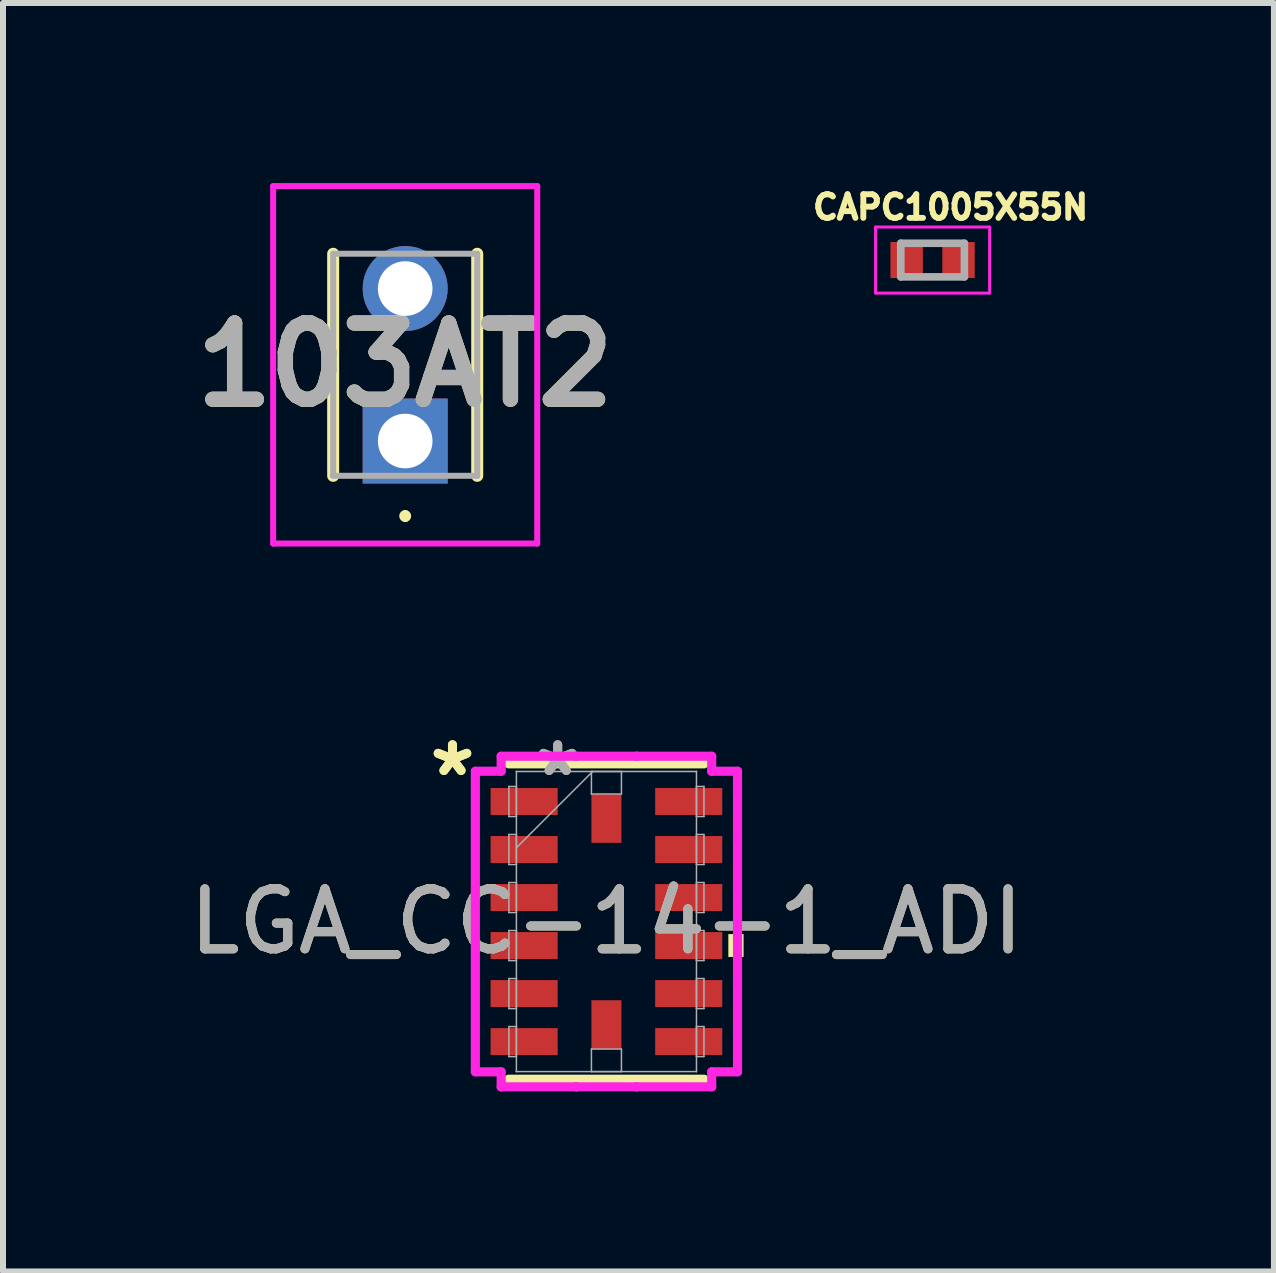
<source format=kicad_pcb>
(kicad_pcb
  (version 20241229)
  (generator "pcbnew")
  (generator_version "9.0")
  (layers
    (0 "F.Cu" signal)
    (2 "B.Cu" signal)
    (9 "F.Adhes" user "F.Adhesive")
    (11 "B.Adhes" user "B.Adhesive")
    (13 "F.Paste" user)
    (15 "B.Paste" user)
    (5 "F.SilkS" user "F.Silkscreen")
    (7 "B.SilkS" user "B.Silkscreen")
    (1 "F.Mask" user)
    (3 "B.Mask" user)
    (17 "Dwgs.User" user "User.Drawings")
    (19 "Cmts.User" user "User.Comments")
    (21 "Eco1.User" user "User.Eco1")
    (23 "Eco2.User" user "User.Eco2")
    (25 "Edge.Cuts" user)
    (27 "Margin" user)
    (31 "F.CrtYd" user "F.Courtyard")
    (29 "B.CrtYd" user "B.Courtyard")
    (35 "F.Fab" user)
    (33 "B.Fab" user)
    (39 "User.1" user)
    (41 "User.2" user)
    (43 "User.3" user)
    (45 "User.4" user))
  (footprint "LGA_CC-14-1_ADI"
    (layer "F.Cu")
    (at 7.054 12.304)
    (property "Reference" "LGA_CC-14-1_ADI" (at 0 0 0) (unlocked yes) (layer "F.SilkS") (effects (font (size 1 1) (thickness 0.15))))
    (attr smd)
    (fp_line (start -1.627 2.627) (end 1.627 2.627) (stroke (width 0.152) (type solid)) (layer "F.SilkS"))
    (fp_line (start 1.627 -2.627) (end -1.627 -2.627) (stroke (width 0.152) (type solid)) (layer "F.SilkS"))
    (fp_poly (pts (xy 2.285 0.209) (xy 2.285 0.59) (xy 2.031 0.59) (xy 2.031 0.209)) (stroke (width 0) (type solid)) (fill yes) (layer "F.SilkS"))
    (fp_line (start -2.184 -2.504) (end -1.754 -2.504) (stroke (width 0.152) (type solid)) (layer "F.CrtYd"))
    (fp_line (start -2.184 2.504) (end -2.184 -2.504) (stroke (width 0.152) (type solid)) (layer "F.CrtYd"))
    (fp_line (start -1.754 -2.754) (end -0.504 -2.754) (stroke (width 0.152) (type solid)) (layer "F.CrtYd"))
    (fp_line (start -1.754 -2.504) (end -1.754 -2.754) (stroke (width 0.152) (type solid)) (layer "F.CrtYd"))
    (fp_line (start -1.754 2.504) (end -2.184 2.504) (stroke (width 0.152) (type solid)) (layer "F.CrtYd"))
    (fp_line (start -1.754 2.754) (end -1.754 2.504) (stroke (width 0.152) (type solid)) (layer "F.CrtYd"))
    (fp_line (start -0.504 -2.754) (end -0.504 -2.754) (stroke (width 0.152) (type solid)) (layer "F.CrtYd"))
    (fp_line (start -0.504 -2.754) (end 0.504 -2.754) (stroke (width 0.152) (type solid)) (layer "F.CrtYd"))
    (fp_line (start -0.504 2.754) (end -1.754 2.754) (stroke (width 0.152) (type solid)) (layer "F.CrtYd"))
    (fp_line (start -0.504 2.754) (end -0.504 2.754) (stroke (width 0.152) (type solid)) (layer "F.CrtYd"))
    (fp_line (start 0.504 -2.754) (end 0.504 -2.754) (stroke (width 0.152) (type solid)) (layer "F.CrtYd"))
    (fp_line (start 0.504 -2.754) (end 1.754 -2.754) (stroke (width 0.152) (type solid)) (layer "F.CrtYd"))
    (fp_line (start 0.504 2.754) (end -0.504 2.754) (stroke (width 0.152) (type solid)) (layer "F.CrtYd"))
    (fp_line (start 0.504 2.754) (end 0.504 2.754) (stroke (width 0.152) (type solid)) (layer "F.CrtYd"))
    (fp_line (start 1.754 -2.754) (end 1.754 -2.504) (stroke (width 0.152) (type solid)) (layer "F.CrtYd"))
    (fp_line (start 1.754 -2.504) (end 2.184 -2.504) (stroke (width 0.152) (type solid)) (layer "F.CrtYd"))
    (fp_line (start 1.754 2.504) (end 1.754 2.754) (stroke (width 0.152) (type solid)) (layer "F.CrtYd"))
    (fp_line (start 1.754 2.754) (end 0.504 2.754) (stroke (width 0.152) (type solid)) (layer "F.CrtYd"))
    (fp_line (start 2.184 -2.504) (end 2.184 2.504) (stroke (width 0.152) (type solid)) (layer "F.CrtYd"))
    (fp_line (start 2.184 2.504) (end 1.754 2.504) (stroke (width 0.152) (type solid)) (layer "F.CrtYd"))
    (fp_line (start -1.625 -2.25) (end -1.625 -1.75) (stroke (width 0.025) (type solid)) (layer "F.Fab"))
    (fp_line (start -1.625 -1.75) (end -1.5 -1.75) (stroke (width 0.025) (type solid)) (layer "F.Fab"))
    (fp_line (start -1.625 -1.45) (end -1.625 -0.95) (stroke (width 0.025) (type solid)) (layer "F.Fab"))
    (fp_line (start -1.625 -0.95) (end -1.5 -0.95) (stroke (width 0.025) (type solid)) (layer "F.Fab"))
    (fp_line (start -1.625 -0.65) (end -1.625 -0.15) (stroke (width 0.025) (type solid)) (layer "F.Fab"))
    (fp_line (start -1.625 -0.15) (end -1.5 -0.15) (stroke (width 0.025) (type solid)) (layer "F.Fab"))
    (fp_line (start -1.625 0.15) (end -1.625 0.65) (stroke (width 0.025) (type solid)) (layer "F.Fab"))
    (fp_line (start -1.625 0.65) (end -1.5 0.65) (stroke (width 0.025) (type solid)) (layer "F.Fab"))
    (fp_line (start -1.625 0.95) (end -1.625 1.45) (stroke (width 0.025) (type solid)) (layer "F.Fab"))
    (fp_line (start -1.625 1.45) (end -1.5 1.45) (stroke (width 0.025) (type solid)) (layer "F.Fab"))
    (fp_line (start -1.625 1.75) (end -1.625 2.25) (stroke (width 0.025) (type solid)) (layer "F.Fab"))
    (fp_line (start -1.625 2.25) (end -1.5 2.25) (stroke (width 0.025) (type solid)) (layer "F.Fab"))
    (fp_line (start -1.5 -2.5) (end -1.5 -2.5) (stroke (width 0.025) (type solid)) (layer "F.Fab"))
    (fp_line (start -1.5 -2.5) (end -1.5 2.5) (stroke (width 0.025) (type solid)) (layer "F.Fab"))
    (fp_line (start -1.5 -2.25) (end -1.625 -2.25) (stroke (width 0.025) (type solid)) (layer "F.Fab"))
    (fp_line (start -1.5 -1.75) (end -1.5 -2.25) (stroke (width 0.025) (type solid)) (layer "F.Fab"))
    (fp_line (start -1.5 -1.45) (end -1.625 -1.45) (stroke (width 0.025) (type solid)) (layer "F.Fab"))
    (fp_line (start -1.5 -1.23) (end -0.23 -2.5) (stroke (width 0.025) (type solid)) (layer "F.Fab"))
    (fp_line (start -1.5 -0.95) (end -1.5 -1.45) (stroke (width 0.025) (type solid)) (layer "F.Fab"))
    (fp_line (start -1.5 -0.65) (end -1.625 -0.65) (stroke (width 0.025) (type solid)) (layer "F.Fab"))
    (fp_line (start -1.5 -0.15) (end -1.5 -0.65) (stroke (width 0.025) (type solid)) (layer "F.Fab"))
    (fp_line (start -1.5 0.15) (end -1.625 0.15) (stroke (width 0.025) (type solid)) (layer "F.Fab"))
    (fp_line (start -1.5 0.65) (end -1.5 0.15) (stroke (width 0.025) (type solid)) (layer "F.Fab"))
    (fp_line (start -1.5 0.95) (end -1.625 0.95) (stroke (width 0.025) (type solid)) (layer "F.Fab"))
    (fp_line (start -1.5 1.45) (end -1.5 0.95) (stroke (width 0.025) (type solid)) (layer "F.Fab"))
    (fp_line (start -1.5 1.75) (end -1.625 1.75) (stroke (width 0.025) (type solid)) (layer "F.Fab"))
    (fp_line (start -1.5 2.25) (end -1.5 1.75) (stroke (width 0.025) (type solid)) (layer "F.Fab"))
    (fp_line (start -1.5 2.5) (end -1.5 2.5) (stroke (width 0.025) (type solid)) (layer "F.Fab"))
    (fp_line (start -1.5 2.5) (end 1.5 2.5) (stroke (width 0.025) (type solid)) (layer "F.Fab"))
    (fp_line (start -0.25 -2.5) (end 0.25 -2.5) (stroke (width 0.025) (type solid)) (layer "F.Fab"))
    (fp_line (start -0.25 -2.125) (end -0.25 -2.5) (stroke (width 0.025) (type solid)) (layer "F.Fab"))
    (fp_line (start -0.25 2.125) (end 0.25 2.125) (stroke (width 0.025) (type solid)) (layer "F.Fab"))
    (fp_line (start -0.25 2.5) (end -0.25 2.125) (stroke (width 0.025) (type solid)) (layer "F.Fab"))
    (fp_line (start 0.25 -2.5) (end 0.25 -2.125) (stroke (width 0.025) (type solid)) (layer "F.Fab"))
    (fp_line (start 0.25 -2.125) (end -0.25 -2.125) (stroke (width 0.025) (type solid)) (layer "F.Fab"))
    (fp_line (start 0.25 2.125) (end 0.25 2.5) (stroke (width 0.025) (type solid)) (layer "F.Fab"))
    (fp_line (start 0.25 2.5) (end -0.25 2.5) (stroke (width 0.025) (type solid)) (layer "F.Fab"))
    (fp_line (start 1.5 -2.5) (end -1.5 -2.5) (stroke (width 0.025) (type solid)) (layer "F.Fab"))
    (fp_line (start 1.5 -2.5) (end 1.5 -2.5) (stroke (width 0.025) (type solid)) (layer "F.Fab"))
    (fp_line (start 1.5 -2.25) (end 1.5 -1.75) (stroke (width 0.025) (type solid)) (layer "F.Fab"))
    (fp_line (start 1.5 -1.75) (end 1.625 -1.75) (stroke (width 0.025) (type solid)) (layer "F.Fab"))
    (fp_line (start 1.5 -1.45) (end 1.5 -0.95) (stroke (width 0.025) (type solid)) (layer "F.Fab"))
    (fp_line (start 1.5 -0.95) (end 1.625 -0.95) (stroke (width 0.025) (type solid)) (layer "F.Fab"))
    (fp_line (start 1.5 -0.65) (end 1.5 -0.15) (stroke (width 0.025) (type solid)) (layer "F.Fab"))
    (fp_line (start 1.5 -0.15) (end 1.625 -0.15) (stroke (width 0.025) (type solid)) (layer "F.Fab"))
    (fp_line (start 1.5 0.15) (end 1.5 0.65) (stroke (width 0.025) (type solid)) (layer "F.Fab"))
    (fp_line (start 1.5 0.65) (end 1.625 0.65) (stroke (width 0.025) (type solid)) (layer "F.Fab"))
    (fp_line (start 1.5 0.95) (end 1.5 1.45) (stroke (width 0.025) (type solid)) (layer "F.Fab"))
    (fp_line (start 1.5 1.45) (end 1.625 1.45) (stroke (width 0.025) (type solid)) (layer "F.Fab"))
    (fp_line (start 1.5 1.75) (end 1.5 2.25) (stroke (width 0.025) (type solid)) (layer "F.Fab"))
    (fp_line (start 1.5 2.25) (end 1.625 2.25) (stroke (width 0.025) (type solid)) (layer "F.Fab"))
    (fp_line (start 1.5 2.5) (end 1.5 -2.5) (stroke (width 0.025) (type solid)) (layer "F.Fab"))
    (fp_line (start 1.5 2.5) (end 1.5 2.5) (stroke (width 0.025) (type solid)) (layer "F.Fab"))
    (fp_line (start 1.625 -2.25) (end 1.5 -2.25) (stroke (width 0.025) (type solid)) (layer "F.Fab"))
    (fp_line (start 1.625 -1.75) (end 1.625 -2.25) (stroke (width 0.025) (type solid)) (layer "F.Fab"))
    (fp_line (start 1.625 -1.45) (end 1.5 -1.45) (stroke (width 0.025) (type solid)) (layer "F.Fab"))
    (fp_line (start 1.625 -0.95) (end 1.625 -1.45) (stroke (width 0.025) (type solid)) (layer "F.Fab"))
    (fp_line (start 1.625 -0.65) (end 1.5 -0.65) (stroke (width 0.025) (type solid)) (layer "F.Fab"))
    (fp_line (start 1.625 -0.15) (end 1.625 -0.65) (stroke (width 0.025) (type solid)) (layer "F.Fab"))
    (fp_line (start 1.625 0.15) (end 1.5 0.15) (stroke (width 0.025) (type solid)) (layer "F.Fab"))
    (fp_line (start 1.625 0.65) (end 1.625 0.15) (stroke (width 0.025) (type solid)) (layer "F.Fab"))
    (fp_line (start 1.625 0.95) (end 1.5 0.95) (stroke (width 0.025) (type solid)) (layer "F.Fab"))
    (fp_line (start 1.625 1.45) (end 1.625 0.95) (stroke (width 0.025) (type solid)) (layer "F.Fab"))
    (fp_line (start 1.625 1.75) (end 1.5 1.75) (stroke (width 0.025) (type solid)) (layer "F.Fab"))
    (fp_line (start 1.625 2.25) (end 1.625 1.75) (stroke (width 0.025) (type solid)) (layer "F.Fab"))
    (fp_text user "*" (at -2.565 -2.4 0) (layer "F.SilkS") (effects (font (size 1 1) (thickness 0.15))))
    (fp_text user "*" (at -2.565 -2.4 0) (unlocked yes) (layer "F.SilkS") (effects (font (size 1 1) (thickness 0.15))))
    (fp_text user "*" (at -0.812 -2.4 0) (layer "F.Fab") (effects (font (size 1 1) (thickness 0.15))))
    (fp_text user "${REFERENCE}" (at 0 0 0) (unlocked yes) (layer "F.Fab") (effects (font (size 1 1) (thickness 0.15))))
    (fp_text user "*" (at -0.812 -2.4 0) (unlocked yes) (layer "F.Fab") (effects (font (size 1 1) (thickness 0.15))))
    (pad "1" smd rect (at -1.371 -2 90) (size 0.449 1.118) (layers "F.Cu" "F.Mask" "F.Paste"))
    (pad "2" smd rect (at -1.371 -1.2 90) (size 0.449 1.118) (layers "F.Cu" "F.Mask" "F.Paste"))
    (pad "3" smd rect (at -1.371 -0.4 90) (size 0.449 1.118) (layers "F.Cu" "F.Mask" "F.Paste"))
    (pad "4" smd rect (at -1.371 0.4 90) (size 0.449 1.118) (layers "F.Cu" "F.Mask" "F.Paste"))
    (pad "5" smd rect (at -1.371 1.2 90) (size 0.449 1.118) (layers "F.Cu" "F.Mask" "F.Paste"))
    (pad "6" smd rect (at -1.371 2 90) (size 0.449 1.118) (layers "F.Cu" "F.Mask" "F.Paste"))
    (pad "7" smd rect (at 0 1.718) (size 0.5 0.813) (layers "F.Cu" "F.Mask" "F.Paste"))
    (pad "8" smd rect (at 1.371 2 90) (size 0.449 1.118) (layers "F.Cu" "F.Mask" "F.Paste"))
    (pad "9" smd rect (at 1.371 1.2 90) (size 0.449 1.118) (layers "F.Cu" "F.Mask" "F.Paste"))
    (pad "10" smd rect (at 1.371 0.4 90) (size 0.449 1.118) (layers "F.Cu" "F.Mask" "F.Paste"))
    (pad "11" smd rect (at 1.371 -0.4 90) (size 0.449 1.118) (layers "F.Cu" "F.Mask" "F.Paste"))
    (pad "12" smd rect (at 1.371 -1.2 90) (size 0.449 1.118) (layers "F.Cu" "F.Mask" "F.Paste"))
    (pad "13" smd rect (at 1.371 -2 90) (size 0.449 1.118) (layers "F.Cu" "F.Mask" "F.Paste"))
    (pad "14" smd rect (at 0 -1.718) (size 0.5 0.813) (layers "F.Cu" "F.Mask" "F.Paste")))
  (footprint "103AT2"
    (layer "F.Cu")
    (at 3.701 4.298)
    (property "Reference" "103AT2" (at 0 -1.27 0) (layer "F.SilkS") (effects (font (size 1.27 1.27) (thickness 0.254))))
    (attr through_hole)
    (fp_line (start -1.2 -3.12) (end -1.2 0.58) (stroke (width 0.2) (type solid)) (layer "F.SilkS"))
    (fp_line (start 0 1.2) (end 0 1.2) (stroke (width 0.1) (type solid)) (layer "F.SilkS"))
    (fp_line (start 0 1.3) (end 0 1.3) (stroke (width 0.1) (type solid)) (layer "F.SilkS"))
    (fp_line (start 1.2 -3.12) (end 1.2 0.58) (stroke (width 0.2) (type solid)) (layer "F.SilkS"))
    (fp_arc (start 0 1.2) (mid 0.05 1.25) (end 0 1.3) (stroke (width 0.1) (type solid)) (layer "F.SilkS"))
    (fp_arc (start 0 1.3) (mid -0.05 1.25) (end 0 1.2) (stroke (width 0.1) (type solid)) (layer "F.SilkS"))
    (fp_line (start -2.2 -4.248) (end 2.2 -4.248) (stroke (width 0.1) (type solid)) (layer "F.CrtYd"))
    (fp_line (start -2.2 1.708) (end -2.2 -4.248) (stroke (width 0.1) (type solid)) (layer "F.CrtYd"))
    (fp_line (start 2.2 -4.248) (end 2.2 1.708) (stroke (width 0.1) (type solid)) (layer "F.CrtYd"))
    (fp_line (start 2.2 1.708) (end -2.2 1.708) (stroke (width 0.1) (type solid)) (layer "F.CrtYd"))
    (fp_line (start -1.2 -3.12) (end 1.2 -3.12) (stroke (width 0.1) (type solid)) (layer "F.Fab"))
    (fp_line (start -1.2 0.58) (end -1.2 -3.12) (stroke (width 0.1) (type solid)) (layer "F.Fab"))
    (fp_line (start 1.2 -3.12) (end 1.2 0.58) (stroke (width 0.1) (type solid)) (layer "F.Fab"))
    (fp_line (start 1.2 0.58) (end -1.2 0.58) (stroke (width 0.1) (type solid)) (layer "F.Fab"))
    (fp_text user "${REFERENCE}" (at 0 -1.27 0) (layer "F.Fab") (effects (font (size 1.27 1.27) (thickness 0.254))))
    (pad "1" thru_hole rect (at 0 0) (size 1.416 1.416) (drill 0.91) (layers "*.Cu" "*.Mask"))
    (pad "2" thru_hole circle (at 0 -2.54) (size 1.416 1.416) (drill 0.91) (layers "*.Cu" "*.Mask")))
  (footprint "CAPC1005X55N"
    (layer "F.Cu")
    (at 12.488 1.283)
    (property "Reference" "CAPC1005X55N" (at 0.3 -0.88 0) (layer "F.SilkS") (effects (font (size 0.394 0.394) (thickness 0.15))))
    (attr smd)
    (fp_line (start -0.95 -0.55) (end 0.95 -0.55) (stroke (width 0.05) (type solid)) (layer "F.CrtYd"))
    (fp_line (start -0.95 0.55) (end -0.95 -0.55) (stroke (width 0.05) (type solid)) (layer "F.CrtYd"))
    (fp_line (start -0.95 0.55) (end 0.95 0.55) (stroke (width 0.05) (type solid)) (layer "F.CrtYd"))
    (fp_line (start 0.95 0.55) (end 0.95 -0.55) (stroke (width 0.05) (type solid)) (layer "F.CrtYd"))
    (fp_line (start -0.53 0.28) (end -0.53 -0.28) (stroke (width 0.127) (type solid)) (layer "F.Fab"))
    (fp_line (start 0.53 -0.28) (end -0.53 -0.28) (stroke (width 0.127) (type solid)) (layer "F.Fab"))
    (fp_line (start 0.53 0.28) (end -0.53 0.28) (stroke (width 0.127) (type solid)) (layer "F.Fab"))
    (fp_line (start 0.53 0.28) (end 0.53 -0.28) (stroke (width 0.127) (type solid)) (layer "F.Fab"))
    (pad "1" smd rect (at -0.432 0) (size 0.54 0.6) (layers "F.Cu" "F.Mask" "F.Paste"))
    (pad "2" smd rect (at 0.432 0) (size 0.54 0.6) (layers "F.Cu" "F.Mask" "F.Paste")))
  (gr_rect
    (start -3 -3)
    (end 18.175 18.134)
    (stroke (width 0.1) (type default))
    (fill no)
    (layer "Edge.Cuts")))
</source>
